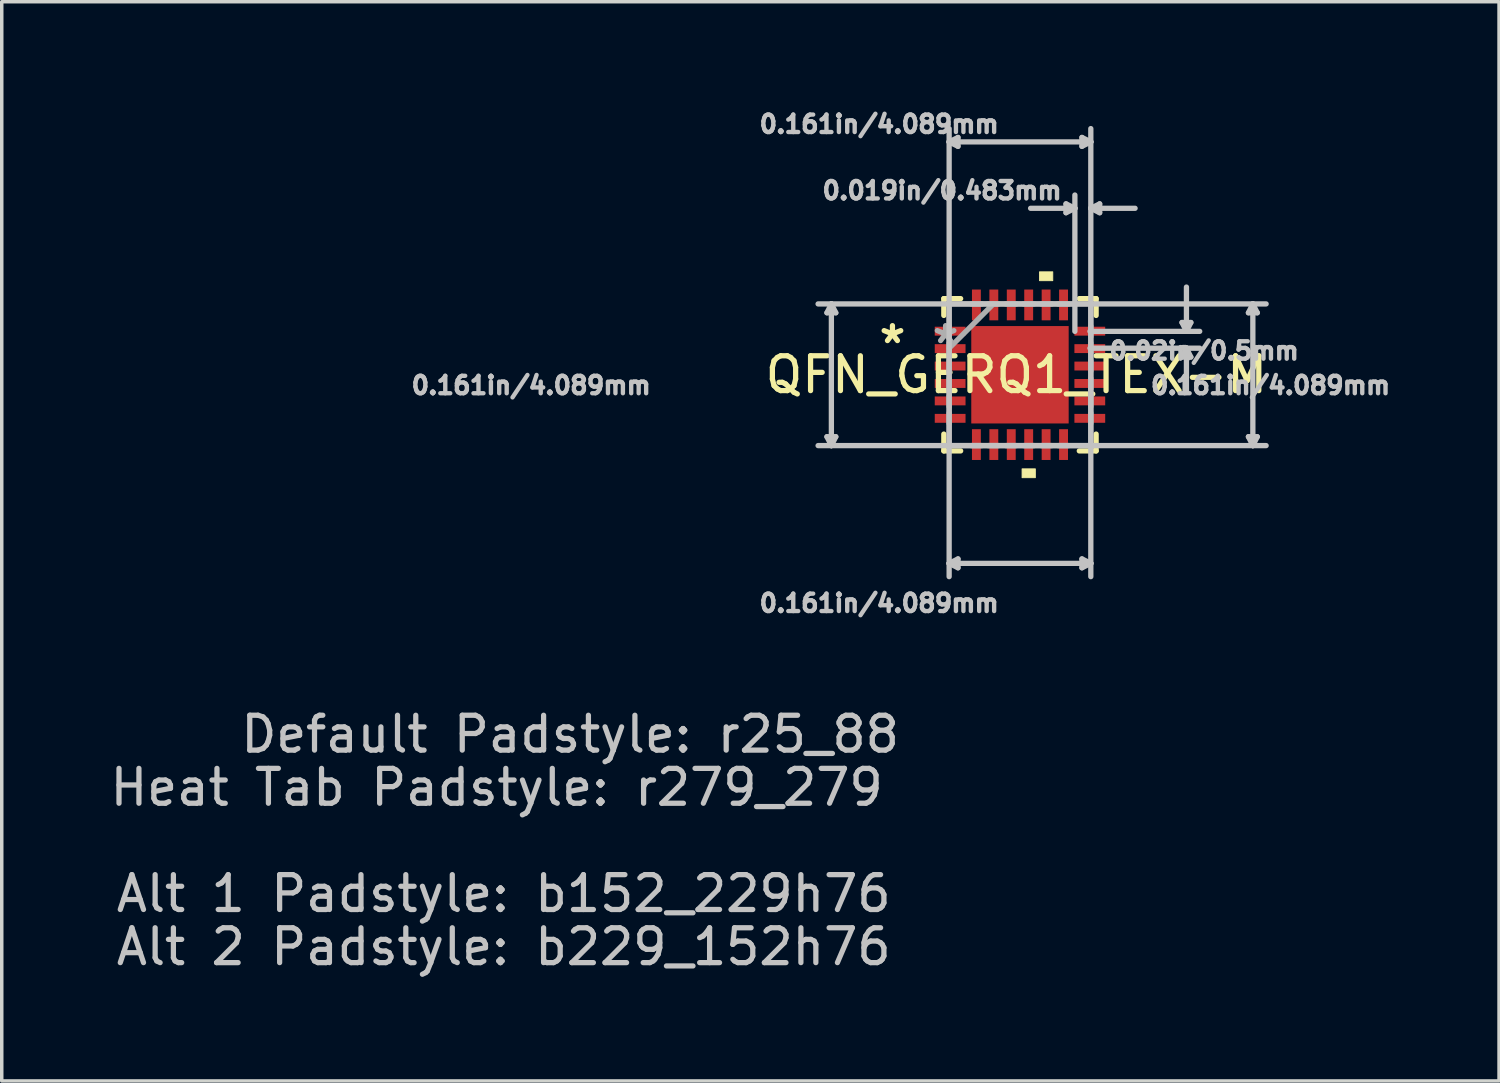
<source format=kicad_pcb>
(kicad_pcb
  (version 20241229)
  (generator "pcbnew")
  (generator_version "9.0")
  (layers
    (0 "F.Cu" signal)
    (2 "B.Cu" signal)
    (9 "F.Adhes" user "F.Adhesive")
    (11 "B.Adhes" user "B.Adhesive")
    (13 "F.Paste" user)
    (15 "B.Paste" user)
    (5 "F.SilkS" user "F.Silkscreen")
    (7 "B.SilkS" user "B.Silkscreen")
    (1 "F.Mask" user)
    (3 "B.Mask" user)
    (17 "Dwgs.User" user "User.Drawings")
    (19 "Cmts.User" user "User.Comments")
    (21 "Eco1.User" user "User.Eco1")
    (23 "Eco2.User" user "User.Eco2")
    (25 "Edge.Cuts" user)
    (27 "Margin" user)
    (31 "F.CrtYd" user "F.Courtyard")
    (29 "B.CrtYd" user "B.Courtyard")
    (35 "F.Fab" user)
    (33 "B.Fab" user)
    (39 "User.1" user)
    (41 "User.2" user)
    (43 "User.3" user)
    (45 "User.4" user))
  (footprint "QFN_GERQ1_TEX-M"
    (layer "F.Cu")
    (at 26.208 7.7)
    (property "Reference" "QFN_GERQ1_TEX-M" (at -0.102 0 0) (layer "F.SilkS") (effects (font (size 1 1) (thickness 0.15))))
    (attr smd)
    (fp_line (start -2.184 -2.184) (end -2.184 -1.702) (stroke (width 0.152) (type solid)) (layer "F.SilkS"))
    (fp_line (start -2.184 1.702) (end -2.184 2.184) (stroke (width 0.152) (type solid)) (layer "F.SilkS"))
    (fp_line (start -2.184 2.184) (end -1.702 2.184) (stroke (width 0.152) (type solid)) (layer "F.SilkS"))
    (fp_line (start -1.702 -2.184) (end -2.184 -2.184) (stroke (width 0.152) (type solid)) (layer "F.SilkS"))
    (fp_line (start 1.702 2.184) (end 2.184 2.184) (stroke (width 0.152) (type solid)) (layer "F.SilkS"))
    (fp_line (start 2.184 -2.184) (end 1.702 -2.184) (stroke (width 0.152) (type solid)) (layer "F.SilkS"))
    (fp_line (start 2.184 -1.702) (end 2.184 -2.184) (stroke (width 0.152) (type solid)) (layer "F.SilkS"))
    (fp_line (start 2.184 2.184) (end 2.184 1.702) (stroke (width 0.152) (type solid)) (layer "F.SilkS"))
    (fp_poly (pts (xy 0.06 2.699) (xy 0.06 2.953) (xy 0.441 2.953) (xy 0.441 2.699)) (stroke (width 0.025) (type solid)) (fill yes) (layer "F.SilkS"))
    (fp_poly (pts (xy 0.56 -2.699) (xy 0.56 -2.953) (xy 0.941 -2.953) (xy 0.941 -2.699)) (stroke (width 0.025) (type solid)) (fill yes) (layer "F.SilkS"))
    (fp_poly (pts (xy -1.297 -1.297) (xy -1.297 -0.1) (xy -0.1 -0.1) (xy -0.1 -1.297)) (stroke (width 0.025) (type solid)) (fill yes) (layer "F.Paste"))
    (fp_poly (pts (xy -1.297 0.1) (xy -1.297 1.297) (xy -0.1 1.297) (xy -0.1 0.1)) (stroke (width 0.025) (type solid)) (fill yes) (layer "F.Paste"))
    (fp_poly (pts (xy 0.1 -1.297) (xy 0.1 -0.1) (xy 1.297 -0.1) (xy 1.297 -1.297)) (stroke (width 0.025) (type solid)) (fill yes) (layer "F.Paste"))
    (fp_poly (pts (xy 0.1 0.1) (xy 0.1 1.297) (xy 1.297 1.297) (xy 1.297 0.1)) (stroke (width 0.025) (type solid)) (fill yes) (layer "F.Paste"))
    (fp_line (start -5.537 -1.778) (end -5.283 -1.778) (stroke (width 0.152) (type solid)) (layer "Dwgs.User"))
    (fp_line (start -5.537 1.778) (end -5.283 1.778) (stroke (width 0.152) (type solid)) (layer "Dwgs.User"))
    (fp_line (start -5.41 -2.032) (end -5.791 -2.032) (stroke (width 0.152) (type solid)) (layer "Dwgs.User"))
    (fp_line (start -5.41 -2.032) (end -5.537 -1.778) (stroke (width 0.152) (type solid)) (layer "Dwgs.User"))
    (fp_line (start -5.41 -2.032) (end -5.41 2.032) (stroke (width 0.152) (type solid)) (layer "Dwgs.User"))
    (fp_line (start -5.41 -2.032) (end -5.283 -1.778) (stroke (width 0.152) (type solid)) (layer "Dwgs.User"))
    (fp_line (start -5.41 2.032) (end -5.791 2.032) (stroke (width 0.152) (type solid)) (layer "Dwgs.User"))
    (fp_line (start -5.41 2.032) (end -5.537 1.778) (stroke (width 0.152) (type solid)) (layer "Dwgs.User"))
    (fp_line (start -5.41 2.032) (end -5.283 1.778) (stroke (width 0.152) (type solid)) (layer "Dwgs.User"))
    (fp_line (start -2.032 -6.68) (end -2.032 -7.061) (stroke (width 0.152) (type solid)) (layer "Dwgs.User"))
    (fp_line (start -2.032 -6.68) (end -1.778 -6.807) (stroke (width 0.152) (type solid)) (layer "Dwgs.User"))
    (fp_line (start -2.032 -6.68) (end -1.778 -6.553) (stroke (width 0.152) (type solid)) (layer "Dwgs.User"))
    (fp_line (start -2.032 -6.68) (end 2.032 -6.68) (stroke (width 0.152) (type solid)) (layer "Dwgs.User"))
    (fp_line (start -2.032 -2.032) (end -5.41 -2.032) (stroke (width 0.152) (type solid)) (layer "Dwgs.User"))
    (fp_line (start -2.032 -2.032) (end -2.032 -6.68) (stroke (width 0.152) (type solid)) (layer "Dwgs.User"))
    (fp_line (start -2.032 -2.032) (end -2.032 5.41) (stroke (width 0.152) (type solid)) (layer "Dwgs.User"))
    (fp_line (start -2.032 5.41) (end -2.032 5.791) (stroke (width 0.152) (type solid)) (layer "Dwgs.User"))
    (fp_line (start -2.032 5.41) (end -1.778 5.283) (stroke (width 0.152) (type solid)) (layer "Dwgs.User"))
    (fp_line (start -2.032 5.41) (end -1.778 5.537) (stroke (width 0.152) (type solid)) (layer "Dwgs.User"))
    (fp_line (start -2.032 5.41) (end 2.032 5.41) (stroke (width 0.152) (type solid)) (layer "Dwgs.User"))
    (fp_line (start -1.778 -6.807) (end -1.778 -6.553) (stroke (width 0.152) (type solid)) (layer "Dwgs.User"))
    (fp_line (start -1.778 5.283) (end -1.778 5.537) (stroke (width 0.152) (type solid)) (layer "Dwgs.User"))
    (fp_line (start 1.321 -4.902) (end 1.321 -4.648) (stroke (width 0.152) (type solid)) (layer "Dwgs.User"))
    (fp_line (start 1.575 -4.775) (end 0.305 -4.775) (stroke (width 0.152) (type solid)) (layer "Dwgs.User"))
    (fp_line (start 1.575 -4.775) (end 1.321 -4.902) (stroke (width 0.152) (type solid)) (layer "Dwgs.User"))
    (fp_line (start 1.575 -4.775) (end 1.321 -4.648) (stroke (width 0.152) (type solid)) (layer "Dwgs.User"))
    (fp_line (start 1.575 -4.775) (end 1.575 -5.156) (stroke (width 0.152) (type solid)) (layer "Dwgs.User"))
    (fp_line (start 1.575 -1.245) (end 1.575 -4.775) (stroke (width 0.152) (type solid)) (layer "Dwgs.User"))
    (fp_line (start 1.778 -6.807) (end 1.778 -6.553) (stroke (width 0.152) (type solid)) (layer "Dwgs.User"))
    (fp_line (start 1.778 5.283) (end 1.778 5.537) (stroke (width 0.152) (type solid)) (layer "Dwgs.User"))
    (fp_line (start 2.007 -1.245) (end 2.032 -1.245) (stroke (width 0.152) (type solid)) (layer "Dwgs.User"))
    (fp_line (start 2.007 -0.762) (end 4.775 -0.762) (stroke (width 0.152) (type solid)) (layer "Dwgs.User"))
    (fp_line (start 2.032 -6.68) (end 1.778 -6.807) (stroke (width 0.152) (type solid)) (layer "Dwgs.User"))
    (fp_line (start 2.032 -6.68) (end 1.778 -6.553) (stroke (width 0.152) (type solid)) (layer "Dwgs.User"))
    (fp_line (start 2.032 -6.68) (end 2.032 -7.061) (stroke (width 0.152) (type solid)) (layer "Dwgs.User"))
    (fp_line (start 2.032 -4.775) (end 2.032 -6.68) (stroke (width 0.152) (type solid)) (layer "Dwgs.User"))
    (fp_line (start 2.032 -4.775) (end 2.286 -4.902) (stroke (width 0.152) (type solid)) (layer "Dwgs.User"))
    (fp_line (start 2.032 -4.775) (end 2.286 -4.648) (stroke (width 0.152) (type solid)) (layer "Dwgs.User"))
    (fp_line (start 2.032 -4.775) (end 3.302 -4.775) (stroke (width 0.152) (type solid)) (layer "Dwgs.User"))
    (fp_line (start 2.032 -2.032) (end -2.032 -2.032) (stroke (width 0.152) (type solid)) (layer "Dwgs.User"))
    (fp_line (start 2.032 -2.032) (end 2.032 -4.775) (stroke (width 0.152) (type solid)) (layer "Dwgs.User"))
    (fp_line (start 2.032 -2.032) (end 6.68 -2.032) (stroke (width 0.152) (type solid)) (layer "Dwgs.User"))
    (fp_line (start 2.032 -1.245) (end 2.032 -2.032) (stroke (width 0.152) (type solid)) (layer "Dwgs.User"))
    (fp_line (start 2.032 -1.245) (end 2.032 5.41) (stroke (width 0.152) (type solid)) (layer "Dwgs.User"))
    (fp_line (start 2.032 -1.245) (end 4.775 -1.245) (stroke (width 0.152) (type solid)) (layer "Dwgs.User"))
    (fp_line (start 2.032 5.41) (end 1.778 5.283) (stroke (width 0.152) (type solid)) (layer "Dwgs.User"))
    (fp_line (start 2.032 5.41) (end 1.778 5.537) (stroke (width 0.152) (type solid)) (layer "Dwgs.User"))
    (fp_line (start 2.032 5.41) (end 2.032 5.791) (stroke (width 0.152) (type solid)) (layer "Dwgs.User"))
    (fp_line (start 2.286 -4.902) (end 2.286 -4.648) (stroke (width 0.152) (type solid)) (layer "Dwgs.User"))
    (fp_line (start 4.648 -1.499) (end 4.902 -1.499) (stroke (width 0.152) (type solid)) (layer "Dwgs.User"))
    (fp_line (start 4.648 -0.508) (end 4.902 -0.508) (stroke (width 0.152) (type solid)) (layer "Dwgs.User"))
    (fp_line (start 4.775 -1.245) (end 4.648 -1.499) (stroke (width 0.152) (type solid)) (layer "Dwgs.User"))
    (fp_line (start 4.775 -1.245) (end 4.775 -2.515) (stroke (width 0.152) (type solid)) (layer "Dwgs.User"))
    (fp_line (start 4.775 -1.245) (end 4.902 -1.499) (stroke (width 0.152) (type solid)) (layer "Dwgs.User"))
    (fp_line (start 4.775 -1.245) (end 5.156 -1.245) (stroke (width 0.152) (type solid)) (layer "Dwgs.User"))
    (fp_line (start 4.775 -0.762) (end 4.648 -0.508) (stroke (width 0.152) (type solid)) (layer "Dwgs.User"))
    (fp_line (start 4.775 -0.762) (end 4.775 0.508) (stroke (width 0.152) (type solid)) (layer "Dwgs.User"))
    (fp_line (start 4.775 -0.762) (end 4.902 -0.508) (stroke (width 0.152) (type solid)) (layer "Dwgs.User"))
    (fp_line (start 4.775 -0.762) (end 5.156 -0.762) (stroke (width 0.152) (type solid)) (layer "Dwgs.User"))
    (fp_line (start 6.553 -1.778) (end 6.807 -1.778) (stroke (width 0.152) (type solid)) (layer "Dwgs.User"))
    (fp_line (start 6.553 1.778) (end 6.807 1.778) (stroke (width 0.152) (type solid)) (layer "Dwgs.User"))
    (fp_line (start 6.68 -2.032) (end 6.553 -1.778) (stroke (width 0.152) (type solid)) (layer "Dwgs.User"))
    (fp_line (start 6.68 -2.032) (end 6.68 2.032) (stroke (width 0.152) (type solid)) (layer "Dwgs.User"))
    (fp_line (start 6.68 -2.032) (end 6.807 -1.778) (stroke (width 0.152) (type solid)) (layer "Dwgs.User"))
    (fp_line (start 6.68 -2.032) (end 7.061 -2.032) (stroke (width 0.152) (type solid)) (layer "Dwgs.User"))
    (fp_line (start 6.68 2.032) (end -5.41 2.032) (stroke (width 0.152) (type solid)) (layer "Dwgs.User"))
    (fp_line (start 6.68 2.032) (end 6.553 1.778) (stroke (width 0.152) (type solid)) (layer "Dwgs.User"))
    (fp_line (start 6.68 2.032) (end 6.807 1.778) (stroke (width 0.152) (type solid)) (layer "Dwgs.User"))
    (fp_line (start 6.68 2.032) (end 7.061 2.032) (stroke (width 0.152) (type solid)) (layer "Dwgs.User"))
    (fp_line (start -2.032 -2.032) (end -2.032 2.032) (stroke (width 0.152) (type solid)) (layer "F.Fab"))
    (fp_line (start -2.032 -1.397) (end -2.032 -1.092) (stroke (width 0.152) (type solid)) (layer "F.Fab"))
    (fp_line (start -2.032 -0.914) (end -2.032 -0.61) (stroke (width 0.152) (type solid)) (layer "F.Fab"))
    (fp_line (start -2.032 -0.762) (end -0.762 -2.032) (stroke (width 0.152) (type solid)) (layer "F.Fab"))
    (fp_line (start -2.032 -0.406) (end -2.032 -0.102) (stroke (width 0.152) (type solid)) (layer "F.Fab"))
    (fp_line (start -2.032 0.102) (end -2.032 0.406) (stroke (width 0.152) (type solid)) (layer "F.Fab"))
    (fp_line (start -2.032 0.61) (end -2.032 0.914) (stroke (width 0.152) (type solid)) (layer "F.Fab"))
    (fp_line (start -2.032 1.092) (end -2.032 1.397) (stroke (width 0.152) (type solid)) (layer "F.Fab"))
    (fp_line (start -2.032 2.032) (end 2.032 2.032) (stroke (width 0.152) (type solid)) (layer "F.Fab"))
    (fp_line (start -1.397 2.032) (end -1.092 2.032) (stroke (width 0.152) (type solid)) (layer "F.Fab"))
    (fp_line (start -1.092 -2.032) (end -1.397 -2.032) (stroke (width 0.152) (type solid)) (layer "F.Fab"))
    (fp_line (start -0.914 2.032) (end -0.61 2.032) (stroke (width 0.152) (type solid)) (layer "F.Fab"))
    (fp_line (start -0.61 -2.032) (end -0.914 -2.032) (stroke (width 0.152) (type solid)) (layer "F.Fab"))
    (fp_line (start -0.406 2.032) (end -0.102 2.032) (stroke (width 0.152) (type solid)) (layer "F.Fab"))
    (fp_line (start -0.102 -2.032) (end -0.406 -2.032) (stroke (width 0.152) (type solid)) (layer "F.Fab"))
    (fp_line (start 0.102 2.032) (end 0.406 2.032) (stroke (width 0.152) (type solid)) (layer "F.Fab"))
    (fp_line (start 0.406 -2.032) (end 0.102 -2.032) (stroke (width 0.152) (type solid)) (layer "F.Fab"))
    (fp_line (start 0.61 2.032) (end 0.914 2.032) (stroke (width 0.152) (type solid)) (layer "F.Fab"))
    (fp_line (start 0.914 -2.032) (end 0.61 -2.032) (stroke (width 0.152) (type solid)) (layer "F.Fab"))
    (fp_line (start 1.092 2.032) (end 1.397 2.032) (stroke (width 0.152) (type solid)) (layer "F.Fab"))
    (fp_line (start 1.397 -2.032) (end 1.092 -2.032) (stroke (width 0.152) (type solid)) (layer "F.Fab"))
    (fp_line (start 2.032 -2.032) (end -2.032 -2.032) (stroke (width 0.152) (type solid)) (layer "F.Fab"))
    (fp_line (start 2.032 -1.092) (end 2.032 -1.397) (stroke (width 0.152) (type solid)) (layer "F.Fab"))
    (fp_line (start 2.032 -0.61) (end 2.032 -0.914) (stroke (width 0.152) (type solid)) (layer "F.Fab"))
    (fp_line (start 2.032 -0.102) (end 2.032 -0.406) (stroke (width 0.152) (type solid)) (layer "F.Fab"))
    (fp_line (start 2.032 0.406) (end 2.032 0.102) (stroke (width 0.152) (type solid)) (layer "F.Fab"))
    (fp_line (start 2.032 0.914) (end 2.032 0.61) (stroke (width 0.152) (type solid)) (layer "F.Fab"))
    (fp_line (start 2.032 1.397) (end 2.032 1.092) (stroke (width 0.152) (type solid)) (layer "F.Fab"))
    (fp_line (start 2.032 2.032) (end 2.032 -2.032) (stroke (width 0.152) (type solid)) (layer "F.Fab"))
    (fp_text user "*" (at -3.658 -0.864 0) (layer "F.SilkS") (effects (font (size 1 1) (thickness 0.15))))
    (fp_text user "0.161in/4.089mm" (at 7.188 0.305 0) (layer "Dwgs.User") (effects (font (size 0.5 0.5) (thickness 0.15))))
    (fp_text user "Heat Tab Padstyle: r279_279" (at -15.011 11.836 0) (layer "Dwgs.User") (effects (font (size 1 1) (thickness 0.15))))
    (fp_text user "0.161in/4.089mm" (at -4.039 6.553 0) (layer "Dwgs.User") (effects (font (size 0.5 0.5) (thickness 0.15))))
    (fp_text user "Alt 1 Padstyle: b152_229h76" (at -14.808 14.884 0) (layer "Dwgs.User") (effects (font (size 1 1) (thickness 0.15))))
    (fp_text user "0.161in/4.089mm" (at -14.021 0.305 0) (layer "Dwgs.User") (effects (font (size 0.5 0.5) (thickness 0.15))))
    (fp_text user "Alt 2 Padstyle: b229_152h76" (at -14.808 16.408 0) (layer "Dwgs.User") (effects (font (size 1 1) (thickness 0.15))))
    (fp_text user "0.019in/0.483mm" (at -2.235 -5.283 0) (layer "Dwgs.User") (effects (font (size 0.5 0.5) (thickness 0.15))))
    (fp_text user "0.02in/0.5mm" (at 5.283 -0.686 0) (layer "Dwgs.User") (effects (font (size 0.5 0.5) (thickness 0.15))))
    (fp_text user "0.161in/4.089mm" (at -4.039 -7.188 0) (layer "Dwgs.User") (effects (font (size 0.5 0.5) (thickness 0.15))))
    (fp_text user "Default Padstyle: r25_88" (at -12.903 10.312 0) (layer "Dwgs.User") (effects (font (size 1 1) (thickness 0.15))))
    (fp_text user "*" (at -2.134 -0.864 0) (layer "F.Fab") (effects (font (size 1 1) (thickness 0.15))))
    (pad "1" smd rect (at -2.003 -1.25) (size 0.883 0.255) (layers "F.Cu" "F.Mask" "F.Paste"))
    (pad "2" smd rect (at -2.003 -0.75) (size 0.883 0.255) (layers "F.Cu" "F.Mask" "F.Paste"))
    (pad "3" smd rect (at -2.003 -0.25) (size 0.883 0.255) (layers "F.Cu" "F.Mask" "F.Paste"))
    (pad "4" smd rect (at -2.003 0.25) (size 0.883 0.255) (layers "F.Cu" "F.Mask" "F.Paste"))
    (pad "5" smd rect (at -2.003 0.75) (size 0.883 0.255) (layers "F.Cu" "F.Mask" "F.Paste"))
    (pad "6" smd rect (at -2.003 1.25) (size 0.883 0.255) (layers "F.Cu" "F.Mask" "F.Paste"))
    (pad "7" smd rect (at -1.25 2.003) (size 0.255 0.883) (layers "F.Cu" "F.Mask" "F.Paste"))
    (pad "8" smd rect (at -0.75 2.003) (size 0.255 0.883) (layers "F.Cu" "F.Mask" "F.Paste"))
    (pad "9" smd rect (at -0.25 2.003) (size 0.255 0.883) (layers "F.Cu" "F.Mask" "F.Paste"))
    (pad "10" smd rect (at 0.25 2.003) (size 0.255 0.883) (layers "F.Cu" "F.Mask" "F.Paste"))
    (pad "11" smd rect (at 0.75 2.003) (size 0.255 0.883) (layers "F.Cu" "F.Mask" "F.Paste"))
    (pad "12" smd rect (at 1.25 2.003) (size 0.255 0.883) (layers "F.Cu" "F.Mask" "F.Paste"))
    (pad "13" smd rect (at 2.003 1.25) (size 0.883 0.255) (layers "F.Cu" "F.Mask" "F.Paste"))
    (pad "14" smd rect (at 2.003 0.75) (size 0.883 0.255) (layers "F.Cu" "F.Mask" "F.Paste"))
    (pad "15" smd rect (at 2.003 0.25) (size 0.883 0.255) (layers "F.Cu" "F.Mask" "F.Paste"))
    (pad "16" smd rect (at 2.003 -0.25) (size 0.883 0.255) (layers "F.Cu" "F.Mask" "F.Paste"))
    (pad "17" smd rect (at 2.003 -0.75) (size 0.883 0.255) (layers "F.Cu" "F.Mask" "F.Paste"))
    (pad "18" smd rect (at 2.003 -1.25) (size 0.883 0.255) (layers "F.Cu" "F.Mask" "F.Paste"))
    (pad "19" smd rect (at 1.25 -2.003) (size 0.255 0.883) (layers "F.Cu" "F.Mask" "F.Paste"))
    (pad "20" smd rect (at 0.75 -2.003) (size 0.255 0.883) (layers "F.Cu" "F.Mask" "F.Paste"))
    (pad "21" smd rect (at 0.25 -2.003) (size 0.255 0.883) (layers "F.Cu" "F.Mask" "F.Paste"))
    (pad "22" smd rect (at -0.25 -2.003) (size 0.255 0.883) (layers "F.Cu" "F.Mask" "F.Paste"))
    (pad "23" smd rect (at -0.75 -2.003) (size 0.255 0.883) (layers "F.Cu" "F.Mask" "F.Paste"))
    (pad "24" smd rect (at -1.25 -2.003) (size 0.255 0.883) (layers "F.Cu" "F.Mask" "F.Paste"))
    (pad "25" smd rect (at 0 0) (size 2.794 2.794) (layers "F.Cu" "F.Mask")))
  (gr_rect
    (start -3 -3)
    (end 39.95 27.957)
    (stroke (width 0.1) (type default))
    (fill no)
    (layer "Edge.Cuts")))
</source>
